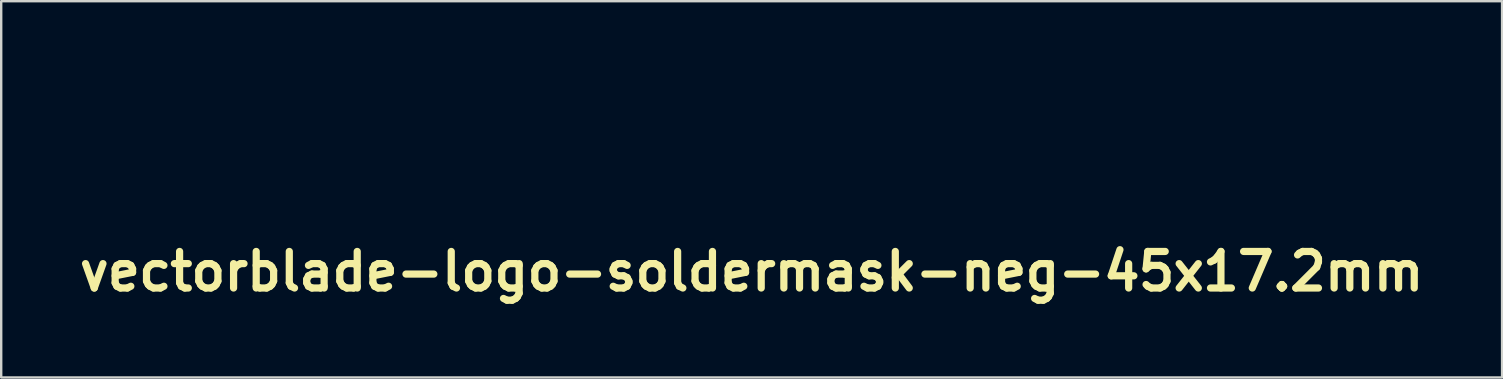
<source format=kicad_pcb>
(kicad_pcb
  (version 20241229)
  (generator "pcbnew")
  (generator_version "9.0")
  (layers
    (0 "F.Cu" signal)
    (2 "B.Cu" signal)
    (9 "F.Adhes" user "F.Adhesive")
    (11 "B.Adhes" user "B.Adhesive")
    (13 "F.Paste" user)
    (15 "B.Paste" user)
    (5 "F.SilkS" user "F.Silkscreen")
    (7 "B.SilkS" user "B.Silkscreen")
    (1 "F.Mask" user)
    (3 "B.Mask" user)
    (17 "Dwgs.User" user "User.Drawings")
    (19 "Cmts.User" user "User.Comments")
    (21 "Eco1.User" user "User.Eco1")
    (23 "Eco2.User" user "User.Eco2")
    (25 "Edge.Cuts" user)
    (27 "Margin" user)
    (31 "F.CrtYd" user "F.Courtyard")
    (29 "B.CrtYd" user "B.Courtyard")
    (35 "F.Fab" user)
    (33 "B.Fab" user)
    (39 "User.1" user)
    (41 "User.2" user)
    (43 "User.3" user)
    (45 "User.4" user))
  (footprint "vectorblade-logo-soldermask-neg-45x17.2mm"
    (layer "F.Cu")
    (at 28.274 8.263)
    (property "Reference" "vectorblade-logo-soldermask-neg-45x17.2mm" (at 0 0 0) (layer "F.SilkS") (effects (font (size 1.524 1.524) (thickness 0.3))))
    (attr through_hole)
    (fp_poly (pts (xy 4.84 0.134) (xy 4.92 0.189) (xy 5.025 0.266) (xy 5.139 0.352) (xy 5.247 0.436) (xy 5.332 0.504) (xy 5.377 0.545) (xy 5.381 0.551) (xy 5.346 0.557) (xy 5.254 0.562) (xy 5.123 0.564) (xy 5.08 0.564) (xy 4.779 0.564) (xy 4.779 0.339) (xy 4.783 0.22) (xy 4.792 0.138) (xy 4.803 0.113) (xy 4.84 0.134)) (stroke (width 0.01) (type solid)) (fill yes) (layer "F.Mask"))
    (fp_poly (pts (xy 21.861 0.03) (xy 21.833 0.063) (xy 21.758 0.133) (xy 21.648 0.228) (xy 21.538 0.32) (xy 21.358 0.468) (xy 21.225 0.575) (xy 21.123 0.649) (xy 21.039 0.695) (xy 20.959 0.719) (xy 20.87 0.726) (xy 20.756 0.723) (xy 20.605 0.715) (xy 20.602 0.715) (xy 20.424 0.705) (xy 20.312 0.696) (xy 20.258 0.685) (xy 20.253 0.67) (xy 20.282 0.653) (xy 20.405 0.599) (xy 20.566 0.532) (xy 20.754 0.454) (xy 20.958 0.372) (xy 21.165 0.289) (xy 21.365 0.211) (xy 21.546 0.141) (xy 21.696 0.085) (xy 21.804 0.046) (xy 21.857 0.03) (xy 21.861 0.03)) (stroke (width 0.01) (type solid)) (fill yes) (layer "F.Mask"))
    (fp_poly (pts (xy -19.794 -2.308) (xy -19.726 -2.267) (xy -19.695 -2.225) (xy -19.631 -2.125) (xy -19.54 -1.977) (xy -19.425 -1.788) (xy -19.291 -1.567) (xy -19.144 -1.321) (xy -18.989 -1.06) (xy -18.83 -0.791) (xy -18.672 -0.523) (xy -18.52 -0.263) (xy -18.378 -0.02) (xy -18.253 0.198) (xy -18.147 0.383) (xy -18.068 0.526) (xy -18.018 0.619) (xy -18.004 0.648) (xy -18.002 0.668) (xy -18.016 0.684) (xy -18.055 0.696) (xy -18.129 0.704) (xy -18.244 0.711) (xy -18.411 0.716) (xy -18.636 0.72) (xy -18.902 0.723) (xy -19.825 0.734) (xy -20.339 -0.324) (xy -20.854 -1.382) (xy -21.082 -1.406) (xy -21.249 -1.419) (xy -21.441 -1.428) (xy -21.567 -1.43) (xy -21.696 -1.434) (xy -21.788 -1.446) (xy -21.825 -1.462) (xy -21.825 -1.463) (xy -21.792 -1.489) (xy -21.701 -1.539) (xy -21.562 -1.609) (xy -21.385 -1.694) (xy -21.182 -1.789) (xy -20.964 -1.889) (xy -20.74 -1.99) (xy -20.522 -2.086) (xy -20.321 -2.173) (xy -20.147 -2.245) (xy -20.01 -2.299) (xy -19.922 -2.329) (xy -19.899 -2.333) (xy -19.794 -2.308)) (stroke (width 0.01) (type solid)) (fill yes) (layer "F.Mask"))
    (fp_poly (pts (xy 12.355 -1.421) (xy 12.39 -1.397) (xy 12.403 -1.347) (xy 12.413 -1.235) (xy 12.42 -1.072) (xy 12.425 -0.871) (xy 12.426 -0.644) (xy 12.424 -0.405) (xy 12.42 -0.165) (xy 12.412 0.063) (xy 12.402 0.267) (xy 12.393 0.39) (xy 12.37 0.648) (xy 11.082 0.621) (xy 11.109 0.171) (xy 11.119 -0.004) (xy 11.125 -0.148) (xy 11.128 -0.248) (xy 11.127 -0.287) (xy 11.127 -0.287) (xy 11.084 -0.285) (xy 10.986 -0.263) (xy 10.849 -0.224) (xy 10.689 -0.175) (xy 10.522 -0.121) (xy 10.363 -0.066) (xy 10.228 -0.016) (xy 10.133 0.025) (xy 10.097 0.046) (xy 10.036 0.135) (xy 9.996 0.279) (xy 9.984 0.352) (xy 9.953 0.583) (xy 8.653 0.604) (xy 8.677 0.499) (xy 8.742 0.23) (xy 8.803 0.02) (xy 8.869 -0.145) (xy 8.945 -0.28) (xy 9.039 -0.399) (xy 9.158 -0.517) (xy 9.178 -0.535) (xy 9.304 -0.635) (xy 9.439 -0.721) (xy 9.527 -0.764) (xy 9.621 -0.794) (xy 9.763 -0.834) (xy 9.938 -0.88) (xy 10.128 -0.928) (xy 10.316 -0.973) (xy 10.486 -1.011) (xy 10.621 -1.04) (xy 10.704 -1.053) (xy 10.715 -1.054) (xy 10.771 -1.03) (xy 10.86 -0.967) (xy 10.946 -0.894) (xy 11.12 -0.734) (xy 11.138 -0.96) (xy 11.157 -1.185) (xy 11.646 -1.308) (xy 11.891 -1.367) (xy 12.075 -1.407) (xy 12.206 -1.429) (xy 12.296 -1.433) (xy 12.355 -1.421)) (stroke (width 0.01) (type solid)) (fill yes) (layer "F.Mask"))
    (fp_poly (pts (xy -11.95 -1.298) (xy -11.871 -1.278) (xy -11.801 -1.245) (xy -11.745 -1.207) (xy -11.662 -1.122) (xy -11.588 -1.003) (xy -11.57 -0.963) (xy -11.529 -0.764) (xy -11.541 -0.546) (xy -11.599 -0.329) (xy -11.696 -0.133) (xy -11.827 0.022) (xy -11.899 0.074) (xy -11.97 0.11) (xy -12.099 0.165) (xy -12.272 0.236) (xy -12.477 0.317) (xy -12.701 0.402) (xy -12.73 0.413) (xy -13.443 0.68) (xy -15.002 0.696) (xy -14.929 0.358) (xy -14.886 0.188) (xy -13.622 0.188) (xy -13.622 0.296) (xy -13.311 0.181) (xy -13.152 0.123) (xy -13.003 0.068) (xy -12.891 0.028) (xy -12.869 0.021) (xy -12.764 -0.038) (xy -12.686 -0.118) (xy -12.682 -0.125) (xy -12.647 -0.2) (xy -12.657 -0.25) (xy -12.689 -0.287) (xy -12.723 -0.315) (xy -12.764 -0.325) (xy -12.829 -0.316) (xy -12.932 -0.286) (xy -13.089 -0.233) (xy -13.102 -0.228) (xy -13.325 -0.14) (xy -13.48 -0.054) (xy -13.575 0.037) (xy -13.618 0.138) (xy -13.622 0.188) (xy -14.886 0.188) (xy -14.885 0.18) (xy -14.831 0.007) (xy -14.778 -0.131) (xy -14.764 -0.161) (xy -14.636 -0.359) (xy -14.469 -0.54) (xy -14.286 -0.681) (xy -14.235 -0.71) (xy -14.16 -0.739) (xy -14.025 -0.785) (xy -13.839 -0.843) (xy -13.615 -0.911) (xy -13.363 -0.984) (xy -13.116 -1.054) (xy -12.794 -1.142) (xy -12.535 -1.21) (xy -12.331 -1.259) (xy -12.171 -1.289) (xy -12.047 -1.301) (xy -11.95 -1.298)) (stroke (width 0.01) (type solid)) (fill yes) (layer "F.Mask"))
    (fp_poly (pts (xy 20.449 -1.292) (xy 20.5 -1.282) (xy 20.502 -1.281) (xy 20.656 -1.205) (xy 20.791 -1.079) (xy 20.883 -0.925) (xy 20.906 -0.847) (xy 20.915 -0.618) (xy 20.868 -0.381) (xy 20.772 -0.165) (xy 20.682 -0.043) (xy 20.642 -0.002) (xy 20.596 0.036) (xy 20.536 0.074) (xy 20.452 0.116) (xy 20.336 0.167) (xy 20.178 0.231) (xy 19.969 0.313) (xy 19.699 0.415) (xy 19.656 0.431) (xy 19.403 0.527) (xy 19.207 0.598) (xy 19.057 0.648) (xy 18.941 0.681) (xy 18.847 0.699) (xy 18.763 0.707) (xy 18.676 0.707) (xy 18.664 0.707) (xy 18.526 0.702) (xy 18.338 0.697) (xy 18.129 0.691) (xy 17.956 0.687) (xy 17.492 0.675) (xy 17.517 0.554) (xy 17.592 0.228) (xy 18.853 0.228) (xy 18.88 0.263) (xy 18.885 0.263) (xy 18.931 0.251) (xy 19.032 0.217) (xy 19.173 0.167) (xy 19.325 0.112) (xy 19.49 0.048) (xy 19.628 -0.011) (xy 19.724 -0.058) (xy 19.763 -0.086) (xy 19.79 -0.171) (xy 19.784 -0.261) (xy 19.748 -0.32) (xy 19.739 -0.324) (xy 19.671 -0.323) (xy 19.555 -0.294) (xy 19.411 -0.247) (xy 19.258 -0.187) (xy 19.114 -0.122) (xy 19 -0.061) (xy 18.937 -0.013) (xy 18.886 0.065) (xy 18.857 0.154) (xy 18.853 0.228) (xy 17.592 0.228) (xy 17.592 0.227) (xy 17.679 -0.036) (xy 17.78 -0.247) (xy 17.902 -0.417) (xy 17.992 -0.508) (xy 18.068 -0.573) (xy 18.147 -0.63) (xy 18.238 -0.682) (xy 18.349 -0.733) (xy 18.492 -0.786) (xy 18.674 -0.846) (xy 18.905 -0.915) (xy 19.194 -0.998) (xy 19.386 -1.052) (xy 19.679 -1.133) (xy 19.91 -1.196) (xy 20.087 -1.241) (xy 20.22 -1.272) (xy 20.319 -1.289) (xy 20.392 -1.295) (xy 20.449 -1.292)) (stroke (width 0.01) (type solid)) (fill yes) (layer "F.Mask"))
    (fp_poly (pts (xy 16.785 -4.264) (xy 16.83 -4.224) (xy 16.842 -4.205) (xy 16.851 -4.175) (xy 16.859 -4.126) (xy 16.864 -4.055) (xy 16.868 -3.954) (xy 16.869 -3.82) (xy 16.868 -3.646) (xy 16.865 -3.427) (xy 16.86 -3.157) (xy 16.853 -2.831) (xy 16.844 -2.444) (xy 16.832 -1.989) (xy 16.826 -1.75) (xy 16.764 0.659) (xy 16.105 0.669) (xy 15.447 0.679) (xy 15.481 0.207) (xy 15.493 0.027) (xy 15.5 -0.124) (xy 15.502 -0.231) (xy 15.499 -0.28) (xy 15.498 -0.281) (xy 15.458 -0.277) (xy 15.36 -0.255) (xy 15.217 -0.218) (xy 15.043 -0.169) (xy 14.998 -0.156) (xy 14.774 -0.087) (xy 14.613 -0.028) (xy 14.502 0.032) (xy 14.431 0.102) (xy 14.389 0.191) (xy 14.365 0.31) (xy 14.354 0.396) (xy 14.328 0.64) (xy 13.027 0.64) (xy 13.097 0.323) (xy 13.19 -0.004) (xy 13.318 -0.27) (xy 13.483 -0.481) (xy 13.693 -0.647) (xy 13.761 -0.686) (xy 13.853 -0.726) (xy 13.999 -0.777) (xy 14.18 -0.834) (xy 14.381 -0.892) (xy 14.585 -0.948) (xy 14.776 -0.996) (xy 14.935 -1.032) (xy 15.048 -1.05) (xy 15.078 -1.052) (xy 15.142 -1.027) (xy 15.236 -0.966) (xy 15.314 -0.903) (xy 15.405 -0.828) (xy 15.474 -0.782) (xy 15.5 -0.774) (xy 15.505 -0.814) (xy 15.513 -0.918) (xy 15.523 -1.075) (xy 15.534 -1.276) (xy 15.546 -1.508) (xy 15.558 -1.762) (xy 15.571 -2.025) (xy 15.583 -2.289) (xy 15.593 -2.54) (xy 15.602 -2.77) (xy 15.609 -2.967) (xy 15.613 -3.12) (xy 15.614 -3.167) (xy 15.616 -3.343) (xy 15.239 -3.37) (xy 15.082 -3.384) (xy 14.959 -3.401) (xy 14.886 -3.419) (xy 14.872 -3.43) (xy 14.908 -3.454) (xy 15.001 -3.503) (xy 15.141 -3.573) (xy 15.318 -3.658) (xy 15.519 -3.753) (xy 15.735 -3.854) (xy 15.954 -3.955) (xy 16.165 -4.052) (xy 16.358 -4.138) (xy 16.521 -4.209) (xy 16.644 -4.261) (xy 16.715 -4.287) (xy 16.727 -4.29) (xy 16.785 -4.264)) (stroke (width 0.01) (type solid)) (fill yes) (layer "F.Mask"))
    (fp_poly (pts (xy 7.96 -5.958) (xy 7.981 -5.946) (xy 8.001 -5.928) (xy 8.015 -5.916) (xy 8.096 -5.85) (xy 8.015 -2.633) (xy 8.002 -2.149) (xy 7.99 -1.686) (xy 7.979 -1.251) (xy 7.969 -0.849) (xy 7.959 -0.486) (xy 7.95 -0.166) (xy 7.943 0.104) (xy 7.936 0.319) (xy 7.932 0.474) (xy 7.928 0.563) (xy 7.927 0.583) (xy 7.89 0.582) (xy 7.79 0.579) (xy 7.641 0.574) (xy 7.456 0.568) (xy 7.346 0.564) (xy 6.772 0.546) (xy 7.057 0.323) (xy 7.182 0.223) (xy 7.283 0.14) (xy 7.347 0.083) (xy 7.361 0.068) (xy 7.341 0.063) (xy 7.269 0.083) (xy 7.19 0.112) (xy 7.033 0.175) (xy 6.866 0.241) (xy 6.81 0.263) (xy 6.701 0.305) (xy 6.625 0.333) (xy 6.603 0.339) (xy 6.583 0.306) (xy 6.596 0.216) (xy 6.637 0.075) (xy 6.707 -0.107) (xy 6.714 -0.124) (xy 6.781 -0.286) (xy 6.846 -0.44) (xy 6.896 -0.56) (xy 6.905 -0.583) (xy 6.968 -0.734) (xy 6.796 -0.567) (xy 6.706 -0.483) (xy 6.639 -0.429) (xy 6.611 -0.416) (xy 6.609 -0.456) (xy 6.61 -0.564) (xy 6.614 -0.734) (xy 6.62 -0.96) (xy 6.627 -1.235) (xy 6.637 -1.552) (xy 6.647 -1.905) (xy 6.66 -2.287) (xy 6.673 -2.684) (xy 6.689 -3.16) (xy 6.703 -3.567) (xy 6.715 -3.91) (xy 6.723 -4.193) (xy 6.727 -4.424) (xy 6.726 -4.606) (xy 6.721 -4.747) (xy 6.711 -4.85) (xy 6.696 -4.922) (xy 6.674 -4.969) (xy 6.645 -4.995) (xy 6.609 -5.006) (xy 6.566 -5.008) (xy 6.514 -5.005) (xy 6.472 -5.005) (xy 6.321 -5.011) (xy 6.184 -5.026) (xy 6.079 -5.048) (xy 6.024 -5.072) (xy 6.021 -5.079) (xy 6.053 -5.102) (xy 6.145 -5.151) (xy 6.287 -5.222) (xy 6.47 -5.311) (xy 6.684 -5.412) (xy 6.858 -5.493) (xy 7.157 -5.631) (xy 7.394 -5.741) (xy 7.578 -5.825) (xy 7.716 -5.886) (xy 7.816 -5.928) (xy 7.885 -5.951) (xy 7.93 -5.96) (xy 7.96 -5.958)) (stroke (width 0.01) (type solid)) (fill yes) (layer "F.Mask"))
    (fp_poly (pts (xy -5.872 -3.902) (xy -5.833 -3.86) (xy -5.807 -3.78) (xy -5.793 -3.651) (xy -5.789 -3.464) (xy -5.791 -3.271) (xy -5.801 -2.747) (xy -5.12 -2.747) (xy -4.904 -2.745) (xy -4.715 -2.741) (xy -4.567 -2.734) (xy -4.472 -2.725) (xy -4.44 -2.716) (xy -4.473 -2.691) (xy -4.563 -2.64) (xy -4.702 -2.567) (xy -4.878 -2.478) (xy -5.082 -2.378) (xy -5.136 -2.352) (xy -5.833 -2.02) (xy -5.833 -1.599) (xy -5.834 -1.436) (xy -5.837 -1.216) (xy -5.841 -0.955) (xy -5.847 -0.673) (xy -5.854 -0.385) (xy -5.857 -0.27) (xy -5.882 0.64) (xy -7.225 0.64) (xy -7.225 0.437) (xy -7.332 0.54) (xy -7.383 0.586) (xy -7.433 0.615) (xy -7.499 0.631) (xy -7.599 0.636) (xy -7.749 0.634) (xy -7.828 0.632) (xy -8.217 0.621) (xy -7.725 0.418) (xy -7.531 0.338) (xy -7.396 0.279) (xy -7.308 0.233) (xy -7.256 0.194) (xy -7.229 0.154) (xy -7.215 0.105) (xy -7.211 0.08) (xy -7.195 -0.043) (xy -7.188 -0.153) (xy -7.188 -0.157) (xy -7.187 -0.257) (xy -7.933 -0.065) (xy -8.161 -0.008) (xy -8.368 0.04) (xy -8.541 0.076) (xy -8.667 0.098) (xy -8.736 0.103) (xy -8.742 0.102) (xy -8.789 0.053) (xy -8.805 -0.054) (xy -8.805 -0.069) (xy -8.816 -0.191) (xy -8.856 -0.262) (xy -8.934 -0.285) (xy -9.062 -0.266) (xy -9.183 -0.231) (xy -9.364 -0.161) (xy -9.484 -0.08) (xy -9.558 0.028) (xy -9.599 0.181) (xy -9.612 0.272) (xy -9.625 0.41) (xy -9.637 0.513) (xy -9.659 0.586) (xy -9.699 0.633) (xy -9.768 0.661) (xy -9.876 0.675) (xy -10.033 0.679) (xy -10.25 0.678) (xy -10.409 0.677) (xy -10.66 0.677) (xy -10.845 0.676) (xy -10.975 0.672) (xy -11.06 0.665) (xy -11.109 0.653) (xy -11.131 0.636) (xy -11.138 0.612) (xy -11.138 0.596) (xy -11.138 0.514) (xy -11.225 0.596) (xy -11.275 0.634) (xy -11.335 0.658) (xy -11.423 0.671) (xy -11.558 0.677) (xy -11.677 0.677) (xy -11.832 0.674) (xy -11.955 0.665) (xy -12.028 0.653) (xy -12.041 0.643) (xy -12.009 0.618) (xy -11.918 0.57) (xy -11.783 0.508) (xy -11.615 0.435) (xy -11.551 0.409) (xy -11.352 0.326) (xy -11.212 0.263) (xy -11.121 0.214) (xy -11.069 0.172) (xy -11.043 0.131) (xy -11.038 0.114) (xy -10.956 -0.098) (xy -10.82 -0.311) (xy -10.647 -0.505) (xy -10.455 -0.656) (xy -10.382 -0.698) (xy -10.291 -0.736) (xy -10.142 -0.787) (xy -9.948 -0.849) (xy -9.722 -0.917) (xy -9.477 -0.989) (xy -9.224 -1.06) (xy -8.977 -1.128) (xy -8.748 -1.188) (xy -8.549 -1.237) (xy -8.394 -1.272) (xy -8.294 -1.288) (xy -8.277 -1.289) (xy -8.085 -1.257) (xy -7.928 -1.163) (xy -7.817 -1.017) (xy -7.759 -0.828) (xy -7.752 -0.729) (xy -7.749 -0.615) (xy -7.732 -0.555) (xy -7.691 -0.526) (xy -7.634 -0.513) (xy -7.517 -0.497) (xy -7.38 -0.489) (xy -7.356 -0.489) (xy -7.196 -0.489) (xy -7.173 -1.119) (xy -7.162 -1.393) (xy -7.151 -1.7) (xy -7.139 -2.007) (xy -7.129 -2.281) (xy -7.127 -2.337) (xy -7.104 -2.923) (xy -7.362 -2.948) (xy -7.519 -2.961) (xy -7.667 -2.97) (xy -7.761 -2.972) (xy -7.852 -2.979) (xy -7.9 -2.996) (xy -7.902 -3.002) (xy -7.87 -3.024) (xy -7.779 -3.072) (xy -7.64 -3.141) (xy -7.464 -3.225) (xy -7.261 -3.321) (xy -7.041 -3.424) (xy -6.816 -3.528) (xy -6.595 -3.629) (xy -6.389 -3.721) (xy -6.209 -3.801) (xy -6.065 -3.863) (xy -5.967 -3.902) (xy -5.927 -3.913) (xy -5.872 -3.902)) (stroke (width 0.01) (type solid)) (fill yes) (layer "F.Mask"))
    (fp_poly (pts (xy 8.14 -8.257) (xy 8.493 -8.254) (xy 8.827 -8.247) (xy 9.129 -8.237) (xy 9.385 -8.224) (xy 9.558 -8.21) (xy 10.48 -8.094) (xy 11.337 -7.94) (xy 12.133 -7.748) (xy 12.867 -7.517) (xy 13.542 -7.246) (xy 14.158 -6.935) (xy 14.717 -6.584) (xy 14.897 -6.453) (xy 15.149 -6.249) (xy 15.401 -6.02) (xy 15.635 -5.784) (xy 15.836 -5.555) (xy 15.97 -5.377) (xy 16.106 -5.174) (xy 15.647 -4.948) (xy 15.493 -5.136) (xy 15.15 -5.505) (xy 14.754 -5.845) (xy 14.3 -6.156) (xy 13.784 -6.442) (xy 13.204 -6.705) (xy 12.555 -6.946) (xy 12.408 -6.995) (xy 11.578 -7.237) (xy 10.731 -7.427) (xy 9.856 -7.567) (xy 8.94 -7.66) (xy 8.271 -7.698) (xy 7.905 -7.706) (xy 7.532 -7.701) (xy 7.147 -7.682) (xy 6.742 -7.649) (xy 6.313 -7.599) (xy 5.852 -7.532) (xy 5.353 -7.448) (xy 4.81 -7.345) (xy 4.217 -7.222) (xy 3.567 -7.079) (xy 2.854 -6.914) (xy 2.559 -6.844) (xy 1.819 -6.667) (xy 1.102 -6.497) (xy 0.412 -6.332) (xy -0.246 -6.176) (xy -0.869 -6.028) (xy -1.451 -5.89) (xy -1.99 -5.763) (xy -2.48 -5.647) (xy -2.918 -5.544) (xy -3.299 -5.455) (xy -3.619 -5.38) (xy -3.873 -5.321) (xy -4.038 -5.284) (xy -5.218 -5.026) (xy -6.338 -4.799) (xy -7.406 -4.602) (xy -8.43 -4.435) (xy -9.418 -4.295) (xy -10.378 -4.182) (xy -11.318 -4.094) (xy -12.247 -4.031) (xy -12.995 -3.997) (xy -13.742 -3.97) (xy -14.62 -1.666) (xy -14.771 -1.27) (xy -14.915 -0.893) (xy -15.049 -0.543) (xy -15.171 -0.226) (xy -15.278 0.053) (xy -15.369 0.288) (xy -15.441 0.473) (xy -15.491 0.602) (xy -15.518 0.668) (xy -15.521 0.676) (xy -15.564 0.688) (xy -15.667 0.697) (xy -15.819 0.705) (xy -16.006 0.71) (xy -16.215 0.714) (xy -16.434 0.715) (xy -16.65 0.715) (xy -16.849 0.712) (xy -17.02 0.707) (xy -17.148 0.699) (xy -17.222 0.689) (xy -17.234 0.683) (xy -17.219 0.639) (xy -17.175 0.533) (xy -17.105 0.372) (xy -17.012 0.162) (xy -16.898 -0.092) (xy -16.768 -0.383) (xy -16.623 -0.704) (xy -16.466 -1.049) (xy -16.301 -1.413) (xy -16.13 -1.788) (xy -15.956 -2.168) (xy -15.782 -2.547) (xy -15.611 -2.92) (xy -15.445 -3.278) (xy -15.288 -3.617) (xy -15.143 -3.93) (xy -15.012 -4.211) (xy -14.899 -4.453) (xy -14.805 -4.65) (xy -14.735 -4.795) (xy -14.69 -4.884) (xy -14.675 -4.908) (xy -14.654 -4.927) (xy -14.624 -4.942) (xy -14.579 -4.954) (xy -14.512 -4.963) (xy -14.415 -4.971) (xy -14.28 -4.976) (xy -14.101 -4.98) (xy -13.869 -4.983) (xy -13.578 -4.986) (xy -13.221 -4.988) (xy -13.163 -4.988) (xy -12.243 -5.002) (xy -11.369 -5.032) (xy -10.521 -5.081) (xy -9.683 -5.151) (xy -8.833 -5.243) (xy -7.955 -5.358) (xy -7.03 -5.499) (xy -6.811 -5.535) (xy -6.434 -5.598) (xy -6.062 -5.663) (xy -5.687 -5.731) (xy -5.303 -5.804) (xy -4.903 -5.883) (xy -4.482 -5.969) (xy -4.031 -6.063) (xy -3.546 -6.168) (xy -3.019 -6.284) (xy -2.444 -6.413) (xy -1.814 -6.556) (xy -1.123 -6.715) (xy -0.527 -6.852) (xy 0.23 -7.027) (xy 0.92 -7.185) (xy 1.549 -7.327) (xy 2.122 -7.455) (xy 2.645 -7.569) (xy 3.124 -7.67) (xy 3.564 -7.76) (xy 3.972 -7.84) (xy 4.353 -7.912) (xy 4.713 -7.975) (xy 5.058 -8.031) (xy 5.393 -8.083) (xy 5.725 -8.129) (xy 6.059 -8.172) (xy 6.378 -8.211) (xy 6.562 -8.227) (xy 6.808 -8.239) (xy 7.102 -8.249) (xy 7.431 -8.255) (xy 7.782 -8.258) (xy 8.14 -8.257)) (stroke (width 0.01) (type solid)) (fill yes) (layer "F.Mask"))
    (fp_poly (pts (xy 3.594 -5.431) (xy 3.615 -5.42) (xy 3.634 -5.402) (xy 3.648 -5.39) (xy 3.728 -5.325) (xy 3.678 -3.104) (xy 3.669 -2.703) (xy 3.661 -2.324) (xy 3.654 -1.975) (xy 3.648 -1.662) (xy 3.644 -1.391) (xy 3.64 -1.17) (xy 3.639 -1.004) (xy 3.639 -0.901) (xy 3.64 -0.868) (xy 3.678 -0.872) (xy 3.779 -0.891) (xy 3.933 -0.925) (xy 4.13 -0.97) (xy 4.359 -1.024) (xy 4.529 -1.065) (xy 4.78 -1.126) (xy 5.011 -1.179) (xy 5.211 -1.224) (xy 5.367 -1.257) (xy 5.47 -1.276) (xy 5.501 -1.279) (xy 5.625 -1.248) (xy 5.756 -1.167) (xy 5.867 -1.054) (xy 5.915 -0.978) (xy 5.951 -0.86) (xy 5.98 -0.675) (xy 6.001 -0.419) (xy 6.003 -0.376) (xy 6.028 0.094) (xy 5.606 -0.32) (xy 5.464 -0.458) (xy 5.345 -0.571) (xy 5.257 -0.653) (xy 5.209 -0.694) (xy 5.202 -0.696) (xy 5.239 -0.618) (xy 5.293 -0.496) (xy 5.357 -0.345) (xy 5.426 -0.179) (xy 5.494 -0.013) (xy 5.555 0.138) (xy 5.602 0.26) (xy 5.63 0.339) (xy 5.635 0.361) (xy 5.596 0.354) (xy 5.502 0.324) (xy 5.367 0.276) (xy 5.219 0.22) (xy 4.817 0.064) (xy 4.817 -0.075) (xy 4.795 -0.193) (xy 4.739 -0.288) (xy 4.664 -0.336) (xy 4.644 -0.339) (xy 4.567 -0.325) (xy 4.443 -0.289) (xy 4.291 -0.237) (xy 4.13 -0.177) (xy 3.978 -0.115) (xy 3.852 -0.059) (xy 3.772 -0.015) (xy 3.756 -0.001) (xy 3.719 0.078) (xy 3.685 0.205) (xy 3.667 0.32) (xy 3.641 0.564) (xy 3.185 0.565) (xy 2.977 0.567) (xy 2.769 0.572) (xy 2.588 0.581) (xy 2.481 0.588) (xy 2.234 0.612) (xy 2.25 0.177) (xy 2.267 -0.258) (xy 1.824 -0.146) (xy 1.648 -0.104) (xy 1.495 -0.073) (xy 1.382 -0.056) (xy 1.325 -0.055) (xy 1.295 -0.082) (xy 1.283 -0.141) (xy 1.288 -0.251) (xy 1.294 -0.319) (xy 1.302 -0.473) (xy 1.284 -0.569) (xy 1.229 -0.613) (xy 1.129 -0.609) (xy 0.974 -0.563) (xy 0.912 -0.541) (xy 0.649 -0.444) (xy 0.625 -0.273) (xy 0.612 -0.131) (xy 0.603 0.034) (xy 0.602 0.109) (xy 0.597 0.258) (xy 0.586 0.402) (xy 0.578 0.461) (xy 0.555 0.602) (xy -0.837 0.602) (xy -0.816 0.461) (xy -0.801 0.35) (xy -0.784 0.198) (xy -0.769 0.049) (xy -0.757 -0.081) (xy -0.76 -0.167) (xy -0.788 -0.219) (xy -0.855 -0.247) (xy -0.972 -0.262) (xy -1.152 -0.273) (xy -1.159 -0.274) (xy -1.396 -0.287) (xy -1.373 0.073) (xy -1.361 0.239) (xy -1.349 0.385) (xy -1.338 0.488) (xy -1.333 0.517) (xy -1.316 0.602) (xy -2.654 0.602) (xy -2.62 0.23) (xy -2.604 0.004) (xy -2.604 -0.156) (xy -2.622 -0.263) (xy -2.658 -0.324) (xy -2.703 -0.348) (xy -2.776 -0.345) (xy -2.9 -0.32) (xy -3.055 -0.277) (xy -3.225 -0.224) (xy -3.388 -0.167) (xy -3.528 -0.11) (xy -3.625 -0.062) (xy -3.655 -0.038) (xy -3.693 0.039) (xy -3.727 0.16) (xy -3.742 0.253) (xy -3.758 0.393) (xy -3.772 0.494) (xy -3.796 0.564) (xy -3.841 0.607) (xy -3.919 0.63) (xy -4.038 0.64) (xy -4.212 0.641) (xy -4.441 0.64) (xy -5.073 0.64) (xy -5.002 0.318) (xy -4.903 -0.018) (xy -4.765 -0.293) (xy -4.583 -0.511) (xy -4.355 -0.68) (xy -4.297 -0.711) (xy -4.217 -0.742) (xy -4.076 -0.786) (xy -3.886 -0.839) (xy -3.659 -0.9) (xy -3.408 -0.965) (xy -3.143 -1.03) (xy -2.878 -1.095) (xy -2.623 -1.154) (xy -2.392 -1.206) (xy -2.195 -1.247) (xy -2.046 -1.275) (xy -1.955 -1.286) (xy -1.948 -1.286) (xy -1.767 -1.249) (xy -1.615 -1.15) (xy -1.502 -1.003) (xy -1.439 -0.819) (xy -1.429 -0.71) (xy -1.423 -0.598) (xy -1.407 -0.517) (xy -1.401 -0.501) (xy -1.365 -0.499) (xy -1.276 -0.525) (xy -1.132 -0.582) (xy -0.929 -0.67) (xy -0.664 -0.79) (xy -0.455 -0.887) (xy -0.21 -1.001) (xy 0.013 -1.104) (xy 0.207 -1.191) (xy 0.361 -1.258) (xy 0.465 -1.302) (xy 0.511 -1.317) (xy 0.582 -1.284) (xy 0.633 -1.199) (xy 0.655 -1.087) (xy 0.651 -1.032) (xy 0.63 -0.906) (xy 1.19 -1.099) (xy 1.443 -1.183) (xy 1.638 -1.239) (xy 1.788 -1.266) (xy 1.905 -1.265) (xy 2.001 -1.235) (xy 2.088 -1.177) (xy 2.158 -1.113) (xy 2.284 -0.987) (xy 2.308 -1.726) (xy 2.316 -1.982) (xy 2.325 -2.29) (xy 2.335 -2.63) (xy 2.345 -2.979) (xy 2.353 -3.316) (xy 2.357 -3.471) (xy 2.383 -4.478) (xy 2.194 -4.478) (xy 2.036 -4.483) (xy 1.886 -4.496) (xy 1.76 -4.514) (xy 1.678 -4.536) (xy 1.656 -4.554) (xy 1.688 -4.577) (xy 1.78 -4.626) (xy 1.922 -4.697) (xy 2.105 -4.785) (xy 2.319 -4.887) (xy 2.493 -4.967) (xy 2.792 -5.105) (xy 3.029 -5.215) (xy 3.213 -5.299) (xy 3.352 -5.36) (xy 3.451 -5.401) (xy 3.52 -5.425) (xy 3.565 -5.434) (xy 3.594 -5.431)) (stroke (width 0.01) (type solid)) (fill yes) (layer "F.Mask")))
  (gr_rect
    (start -3 -3)
    (end 59.548 12.681)
    (stroke (width 0.1) (type default))
    (fill no)
    (layer "Edge.Cuts")))
</source>
